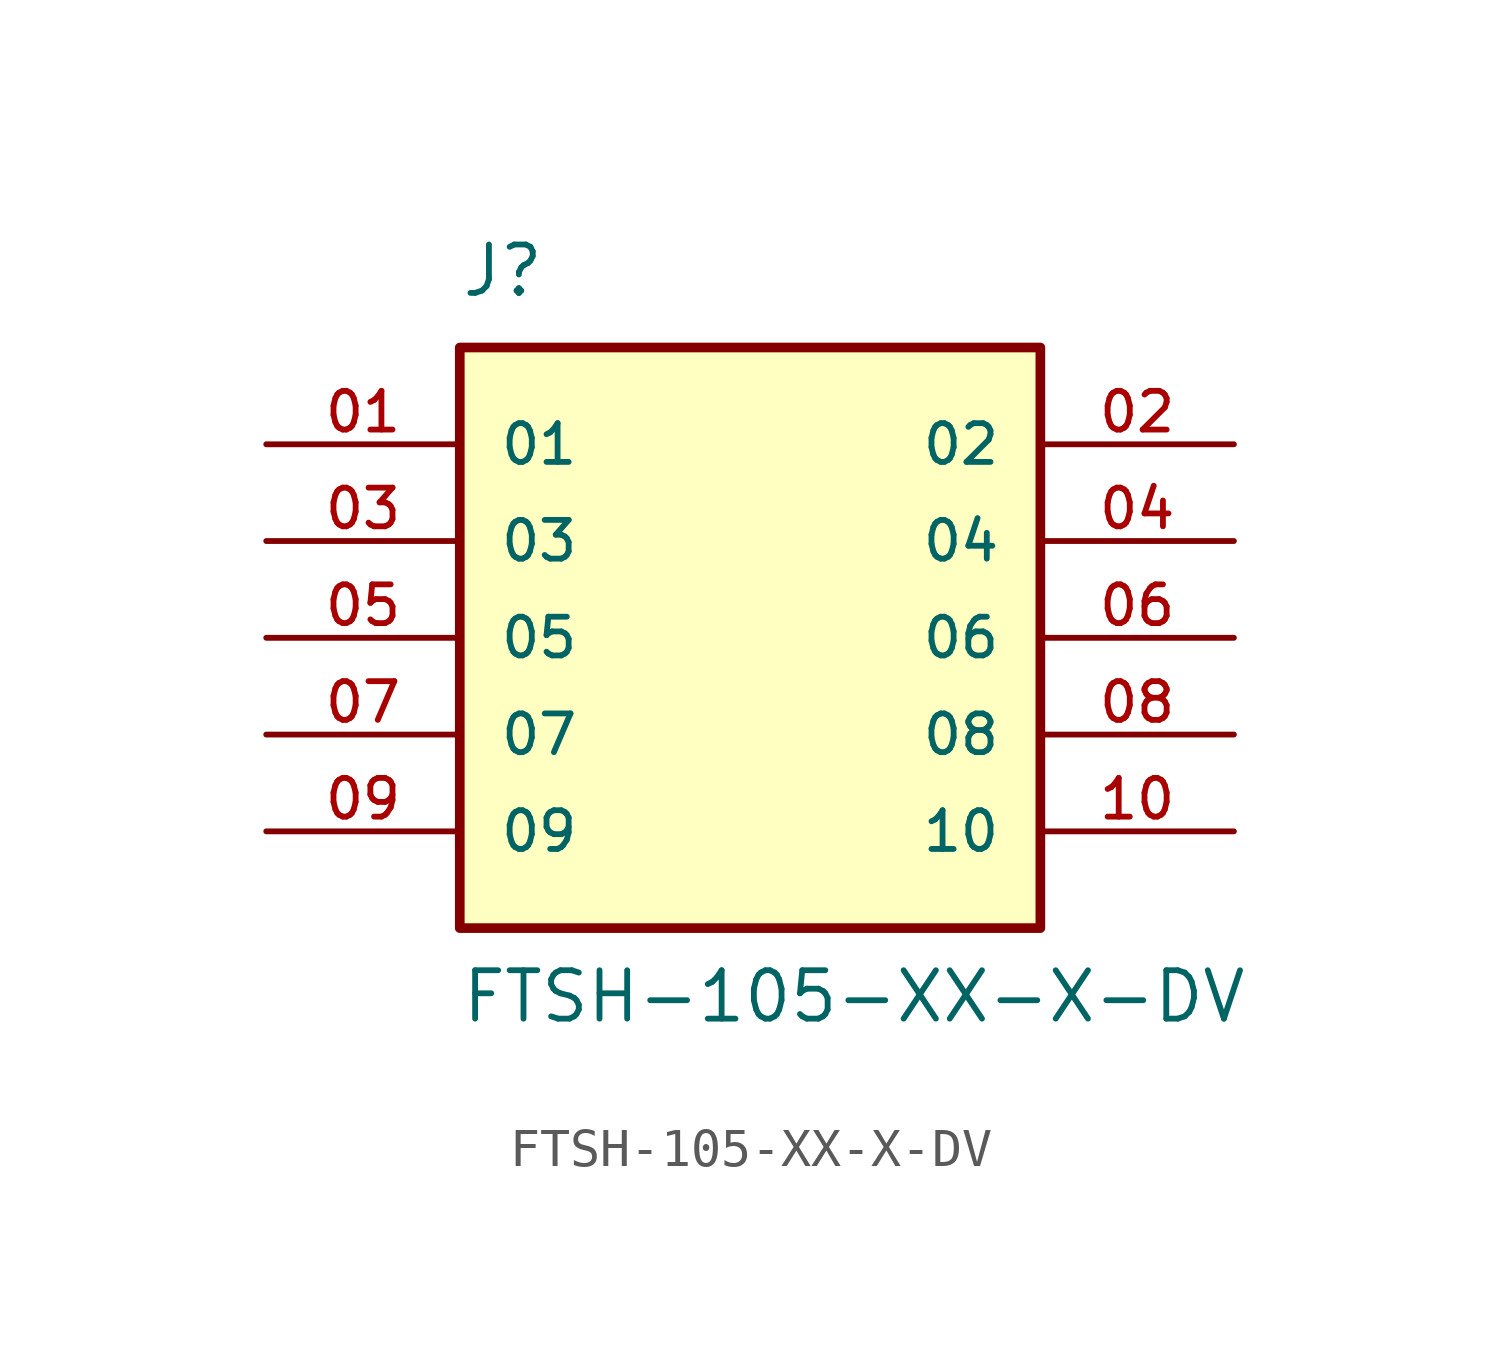
<source format=kicad_sym>
(kicad_symbol_lib
  (version 20211014)
  (generator kicad_symbol_editor)
  (symbol "FTSH-105-XX-X-DV"
    (pin_names
      (offset 1.016))
    (property "Reference" "J"
      (at -7.62 8.89 0)
      (effects (font (size 1.27 1.27)) (justify bottom left)))
    (property "Value" "FTSH-105-XX-X-DV"
      (at -7.62 -10.16 0)
      (effects (font (size 1.27 1.27)) (justify bottom left)))
    (symbol "FTSH-105-XX-X-DV_0_0"
      (rectangle (start -7.62 -7.62) (end 7.62 7.62) (stroke (width 0.254)) (fill (type background)))
      (pin passive line (at -12.7 5.08 0) (length 5.08) (name "01" (effects (font (size 1.016 1.016)))) (number "01" (effects (font (size 1.016 1.016)))))
      (pin passive line (at -12.7 -5.08 0) (length 5.08) (name "09" (effects (font (size 1.016 1.016)))) (number "09" (effects (font (size 1.016 1.016)))))
      (pin passive line (at 12.7 -5.08 180.0) (length 5.08) (name "10" (effects (font (size 1.016 1.016)))) (number "10" (effects (font (size 1.016 1.016)))))
      (pin passive line (at 12.7 5.08 180.0) (length 5.08) (name "02" (effects (font (size 1.016 1.016)))) (number "02" (effects (font (size 1.016 1.016)))))
      (pin passive line (at -12.7 2.54 0) (length 5.08) (name "03" (effects (font (size 1.016 1.016)))) (number "03" (effects (font (size 1.016 1.016)))))
      (pin passive line (at 12.7 2.54 180.0) (length 5.08) (name "04" (effects (font (size 1.016 1.016)))) (number "04" (effects (font (size 1.016 1.016)))))
      (pin passive line (at -12.7 0.0 0) (length 5.08) (name "05" (effects (font (size 1.016 1.016)))) (number "05" (effects (font (size 1.016 1.016)))))
      (pin passive line (at 12.7 0.0 180.0) (length 5.08) (name "06" (effects (font (size 1.016 1.016)))) (number "06" (effects (font (size 1.016 1.016)))))
      (pin passive line (at -12.7 -2.54 0) (length 5.08) (name "07" (effects (font (size 1.016 1.016)))) (number "07" (effects (font (size 1.016 1.016)))))
      (pin passive line (at 12.7 -2.54 180.0) (length 5.08) (name "08" (effects (font (size 1.016 1.016)))) (number "08" (effects (font (size 1.016 1.016))))))))
</source>
